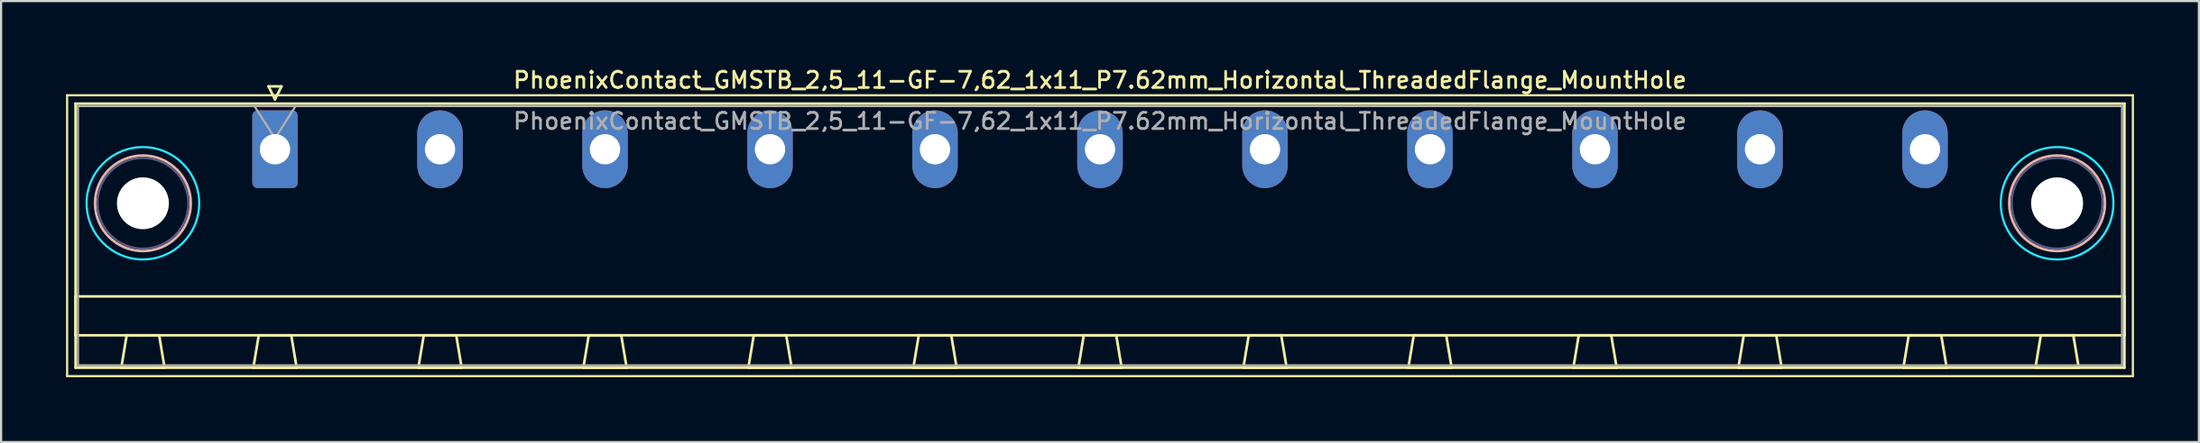
<source format=kicad_pcb>
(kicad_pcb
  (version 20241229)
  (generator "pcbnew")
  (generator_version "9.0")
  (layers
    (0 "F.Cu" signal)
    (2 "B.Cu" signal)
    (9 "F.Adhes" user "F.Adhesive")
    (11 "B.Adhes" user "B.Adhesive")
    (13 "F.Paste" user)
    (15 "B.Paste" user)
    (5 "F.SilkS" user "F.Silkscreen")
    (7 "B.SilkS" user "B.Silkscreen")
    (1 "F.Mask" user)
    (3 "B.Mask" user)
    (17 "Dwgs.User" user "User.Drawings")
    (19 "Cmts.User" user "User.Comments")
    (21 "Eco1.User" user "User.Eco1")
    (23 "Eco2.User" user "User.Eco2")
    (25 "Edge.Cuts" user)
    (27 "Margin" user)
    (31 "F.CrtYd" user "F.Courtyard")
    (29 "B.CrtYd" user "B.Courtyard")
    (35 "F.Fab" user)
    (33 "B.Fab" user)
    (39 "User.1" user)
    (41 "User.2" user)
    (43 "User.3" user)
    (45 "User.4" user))
  (footprint "PhoenixContact_GMSTB_2,5_11-GF-7,62_1x11_P7.62mm_Horizontal_ThreadedFlange_MountHole"
    (layer "F.Cu")
    (at 9.65 3.858)
    (property "Reference" "PhoenixContact_GMSTB_2,5_11-GF-7,62_1x11_P7.62mm_Horizontal_ThreadedFlange_MountHole" (at 38.1 -3.2 0) (layer "F.SilkS") (effects (font (size 0.75 0.75) (thickness 0.125))))
    (attr through_hole)
    (fp_line (start -9.6 -2.5) (end -9.6 10.5) (stroke (width 0.1) (type solid)) (layer "F.SilkS"))
    (fp_line (start -9.6 10.5) (end 85.8 10.5) (stroke (width 0.1) (type solid)) (layer "F.SilkS"))
    (fp_line (start -9.21 -2.11) (end -9.21 10.11) (stroke (width 0.12) (type solid)) (layer "F.SilkS"))
    (fp_line (start -9.21 6.81) (end 85.41 6.81) (stroke (width 0.12) (type solid)) (layer "F.SilkS"))
    (fp_line (start -9.21 8.61) (end -9.21 6.81) (stroke (width 0.12) (type solid)) (layer "F.SilkS"))
    (fp_line (start -9.21 10.11) (end 85.41 10.11) (stroke (width 0.12) (type solid)) (layer "F.SilkS"))
    (fp_line (start -7.1 10.11) (end -5.1 10.11) (stroke (width 0.12) (type solid)) (layer "F.SilkS"))
    (fp_line (start -6.85 8.61) (end -7.1 10.11) (stroke (width 0.12) (type solid)) (layer "F.SilkS"))
    (fp_line (start -5.35 8.61) (end -6.85 8.61) (stroke (width 0.12) (type solid)) (layer "F.SilkS"))
    (fp_line (start -5.1 10.11) (end -5.35 8.61) (stroke (width 0.12) (type solid)) (layer "F.SilkS"))
    (fp_line (start -1 10.11) (end 1 10.11) (stroke (width 0.12) (type solid)) (layer "F.SilkS"))
    (fp_line (start -0.75 8.61) (end -1 10.11) (stroke (width 0.12) (type solid)) (layer "F.SilkS"))
    (fp_line (start -0.3 -2.91) (end 0.3 -2.91) (stroke (width 0.12) (type solid)) (layer "F.SilkS"))
    (fp_line (start 0 -2.31) (end -0.3 -2.91) (stroke (width 0.12) (type solid)) (layer "F.SilkS"))
    (fp_line (start 0.3 -2.91) (end 0 -2.31) (stroke (width 0.12) (type solid)) (layer "F.SilkS"))
    (fp_line (start 0.75 8.61) (end -0.75 8.61) (stroke (width 0.12) (type solid)) (layer "F.SilkS"))
    (fp_line (start 1 10.11) (end 0.75 8.61) (stroke (width 0.12) (type solid)) (layer "F.SilkS"))
    (fp_line (start 6.62 10.11) (end 8.62 10.11) (stroke (width 0.12) (type solid)) (layer "F.SilkS"))
    (fp_line (start 6.87 8.61) (end 6.62 10.11) (stroke (width 0.12) (type solid)) (layer "F.SilkS"))
    (fp_line (start 8.37 8.61) (end 6.87 8.61) (stroke (width 0.12) (type solid)) (layer "F.SilkS"))
    (fp_line (start 8.62 10.11) (end 8.37 8.61) (stroke (width 0.12) (type solid)) (layer "F.SilkS"))
    (fp_line (start 14.24 10.11) (end 16.24 10.11) (stroke (width 0.12) (type solid)) (layer "F.SilkS"))
    (fp_line (start 14.49 8.61) (end 14.24 10.11) (stroke (width 0.12) (type solid)) (layer "F.SilkS"))
    (fp_line (start 15.99 8.61) (end 14.49 8.61) (stroke (width 0.12) (type solid)) (layer "F.SilkS"))
    (fp_line (start 16.24 10.11) (end 15.99 8.61) (stroke (width 0.12) (type solid)) (layer "F.SilkS"))
    (fp_line (start 21.86 10.11) (end 23.86 10.11) (stroke (width 0.12) (type solid)) (layer "F.SilkS"))
    (fp_line (start 22.11 8.61) (end 21.86 10.11) (stroke (width 0.12) (type solid)) (layer "F.SilkS"))
    (fp_line (start 23.61 8.61) (end 22.11 8.61) (stroke (width 0.12) (type solid)) (layer "F.SilkS"))
    (fp_line (start 23.86 10.11) (end 23.61 8.61) (stroke (width 0.12) (type solid)) (layer "F.SilkS"))
    (fp_line (start 29.48 10.11) (end 31.48 10.11) (stroke (width 0.12) (type solid)) (layer "F.SilkS"))
    (fp_line (start 29.73 8.61) (end 29.48 10.11) (stroke (width 0.12) (type solid)) (layer "F.SilkS"))
    (fp_line (start 31.23 8.61) (end 29.73 8.61) (stroke (width 0.12) (type solid)) (layer "F.SilkS"))
    (fp_line (start 31.48 10.11) (end 31.23 8.61) (stroke (width 0.12) (type solid)) (layer "F.SilkS"))
    (fp_line (start 37.1 10.11) (end 39.1 10.11) (stroke (width 0.12) (type solid)) (layer "F.SilkS"))
    (fp_line (start 37.35 8.61) (end 37.1 10.11) (stroke (width 0.12) (type solid)) (layer "F.SilkS"))
    (fp_line (start 38.85 8.61) (end 37.35 8.61) (stroke (width 0.12) (type solid)) (layer "F.SilkS"))
    (fp_line (start 39.1 10.11) (end 38.85 8.61) (stroke (width 0.12) (type solid)) (layer "F.SilkS"))
    (fp_line (start 44.72 10.11) (end 46.72 10.11) (stroke (width 0.12) (type solid)) (layer "F.SilkS"))
    (fp_line (start 44.97 8.61) (end 44.72 10.11) (stroke (width 0.12) (type solid)) (layer "F.SilkS"))
    (fp_line (start 46.47 8.61) (end 44.97 8.61) (stroke (width 0.12) (type solid)) (layer "F.SilkS"))
    (fp_line (start 46.72 10.11) (end 46.47 8.61) (stroke (width 0.12) (type solid)) (layer "F.SilkS"))
    (fp_line (start 52.34 10.11) (end 54.34 10.11) (stroke (width 0.12) (type solid)) (layer "F.SilkS"))
    (fp_line (start 52.59 8.61) (end 52.34 10.11) (stroke (width 0.12) (type solid)) (layer "F.SilkS"))
    (fp_line (start 54.09 8.61) (end 52.59 8.61) (stroke (width 0.12) (type solid)) (layer "F.SilkS"))
    (fp_line (start 54.34 10.11) (end 54.09 8.61) (stroke (width 0.12) (type solid)) (layer "F.SilkS"))
    (fp_line (start 59.96 10.11) (end 61.96 10.11) (stroke (width 0.12) (type solid)) (layer "F.SilkS"))
    (fp_line (start 60.21 8.61) (end 59.96 10.11) (stroke (width 0.12) (type solid)) (layer "F.SilkS"))
    (fp_line (start 61.71 8.61) (end 60.21 8.61) (stroke (width 0.12) (type solid)) (layer "F.SilkS"))
    (fp_line (start 61.96 10.11) (end 61.71 8.61) (stroke (width 0.12) (type solid)) (layer "F.SilkS"))
    (fp_line (start 67.58 10.11) (end 69.58 10.11) (stroke (width 0.12) (type solid)) (layer "F.SilkS"))
    (fp_line (start 67.83 8.61) (end 67.58 10.11) (stroke (width 0.12) (type solid)) (layer "F.SilkS"))
    (fp_line (start 69.33 8.61) (end 67.83 8.61) (stroke (width 0.12) (type solid)) (layer "F.SilkS"))
    (fp_line (start 69.58 10.11) (end 69.33 8.61) (stroke (width 0.12) (type solid)) (layer "F.SilkS"))
    (fp_line (start 75.2 10.11) (end 77.2 10.11) (stroke (width 0.12) (type solid)) (layer "F.SilkS"))
    (fp_line (start 75.45 8.61) (end 75.2 10.11) (stroke (width 0.12) (type solid)) (layer "F.SilkS"))
    (fp_line (start 76.95 8.61) (end 75.45 8.61) (stroke (width 0.12) (type solid)) (layer "F.SilkS"))
    (fp_line (start 77.2 10.11) (end 76.95 8.61) (stroke (width 0.12) (type solid)) (layer "F.SilkS"))
    (fp_line (start 81.3 10.11) (end 83.3 10.11) (stroke (width 0.12) (type solid)) (layer "F.SilkS"))
    (fp_line (start 81.55 8.61) (end 81.3 10.11) (stroke (width 0.12) (type solid)) (layer "F.SilkS"))
    (fp_line (start 83.05 8.61) (end 81.55 8.61) (stroke (width 0.12) (type solid)) (layer "F.SilkS"))
    (fp_line (start 83.3 10.11) (end 83.05 8.61) (stroke (width 0.12) (type solid)) (layer "F.SilkS"))
    (fp_line (start 85.41 -2.11) (end -9.21 -2.11) (stroke (width 0.12) (type solid)) (layer "F.SilkS"))
    (fp_line (start 85.41 6.81) (end 85.41 8.61) (stroke (width 0.12) (type solid)) (layer "F.SilkS"))
    (fp_line (start 85.41 8.61) (end -9.21 8.61) (stroke (width 0.12) (type solid)) (layer "F.SilkS"))
    (fp_line (start 85.41 10.11) (end 85.41 -2.11) (stroke (width 0.12) (type solid)) (layer "F.SilkS"))
    (fp_line (start 85.8 -2.5) (end -9.6 -2.5) (stroke (width 0.1) (type solid)) (layer "F.SilkS"))
    (fp_line (start 85.8 10.5) (end 85.8 -2.5) (stroke (width 0.1) (type solid)) (layer "F.SilkS"))
    (fp_circle (center -6.1 2.5) (end -3.89 2.5) (stroke (width 0.12) (type solid)) (fill no) (layer "B.SilkS"))
    (fp_circle (center 82.3 2.5) (end 84.51 2.5) (stroke (width 0.12) (type solid)) (fill no) (layer "B.SilkS"))
    (fp_circle (center -6.1 2.5) (end -3.5 2.5) (stroke (width 0.1) (type solid)) (fill no) (layer "B.CrtYd"))
    (fp_circle (center 82.3 2.5) (end 84.9 2.5) (stroke (width 0.1) (type solid)) (fill no) (layer "B.CrtYd"))
    (fp_circle (center -6.1 2.5) (end -4 2.5) (stroke (width 0.1) (type solid)) (fill no) (layer "B.Fab"))
    (fp_circle (center 82.3 2.5) (end 84.4 2.5) (stroke (width 0.1) (type solid)) (fill no) (layer "B.Fab"))
    (fp_line (start -9.1 -2) (end -9.1 10) (stroke (width 0.1) (type solid)) (layer "F.Fab"))
    (fp_line (start -9.1 10) (end 85.3 10) (stroke (width 0.1) (type solid)) (layer "F.Fab"))
    (fp_line (start 0 -0.5) (end -0.95 -2) (stroke (width 0.1) (type solid)) (layer "F.Fab"))
    (fp_line (start 0.95 -2) (end 0 -0.5) (stroke (width 0.1) (type solid)) (layer "F.Fab"))
    (fp_line (start 85.3 -2) (end -9.1 -2) (stroke (width 0.1) (type solid)) (layer "F.Fab"))
    (fp_line (start 85.3 10) (end 85.3 -2) (stroke (width 0.1) (type solid)) (layer "F.Fab"))
    (fp_text user "${REFERENCE}" (at 38.1 -1.3 0) (layer "F.Fab") (effects (font (size 0.75 0.75) (thickness 0.125))))
    (pad "" np_thru_hole circle (at -6.1 2.5) (size 2.4 2.4) (drill 2.4) (layers "*.Cu" "*.Mask"))
    (pad "" np_thru_hole circle (at 82.3 2.5) (size 2.4 2.4) (drill 2.4) (layers "*.Cu" "*.Mask"))
    (pad "1" thru_hole roundrect (at 0 0) (size 2.1 3.6) (drill 1.4) (layers "*.Cu" "*.Mask") (roundrect_rratio 0.119))
    (pad "2" thru_hole oval (at 7.62 0) (size 2.1 3.6) (drill 1.4) (layers "*.Cu" "*.Mask"))
    (pad "3" thru_hole oval (at 15.24 0) (size 2.1 3.6) (drill 1.4) (layers "*.Cu" "*.Mask"))
    (pad "4" thru_hole oval (at 22.86 0) (size 2.1 3.6) (drill 1.4) (layers "*.Cu" "*.Mask"))
    (pad "5" thru_hole oval (at 30.48 0) (size 2.1 3.6) (drill 1.4) (layers "*.Cu" "*.Mask"))
    (pad "6" thru_hole oval (at 38.1 0) (size 2.1 3.6) (drill 1.4) (layers "*.Cu" "*.Mask"))
    (pad "7" thru_hole oval (at 45.72 0) (size 2.1 3.6) (drill 1.4) (layers "*.Cu" "*.Mask"))
    (pad "8" thru_hole oval (at 53.34 0) (size 2.1 3.6) (drill 1.4) (layers "*.Cu" "*.Mask"))
    (pad "9" thru_hole oval (at 60.96 0) (size 2.1 3.6) (drill 1.4) (layers "*.Cu" "*.Mask"))
    (pad "10" thru_hole oval (at 68.58 0) (size 2.1 3.6) (drill 1.4) (layers "*.Cu" "*.Mask"))
    (pad "11" thru_hole oval (at 76.2 0) (size 2.1 3.6) (drill 1.4) (layers "*.Cu" "*.Mask")))
  (gr_rect
    (start -3 -3)
    (end 98.5 17.408)
    (stroke (width 0.1) (type default))
    (fill no)
    (layer "Edge.Cuts")))
</source>
